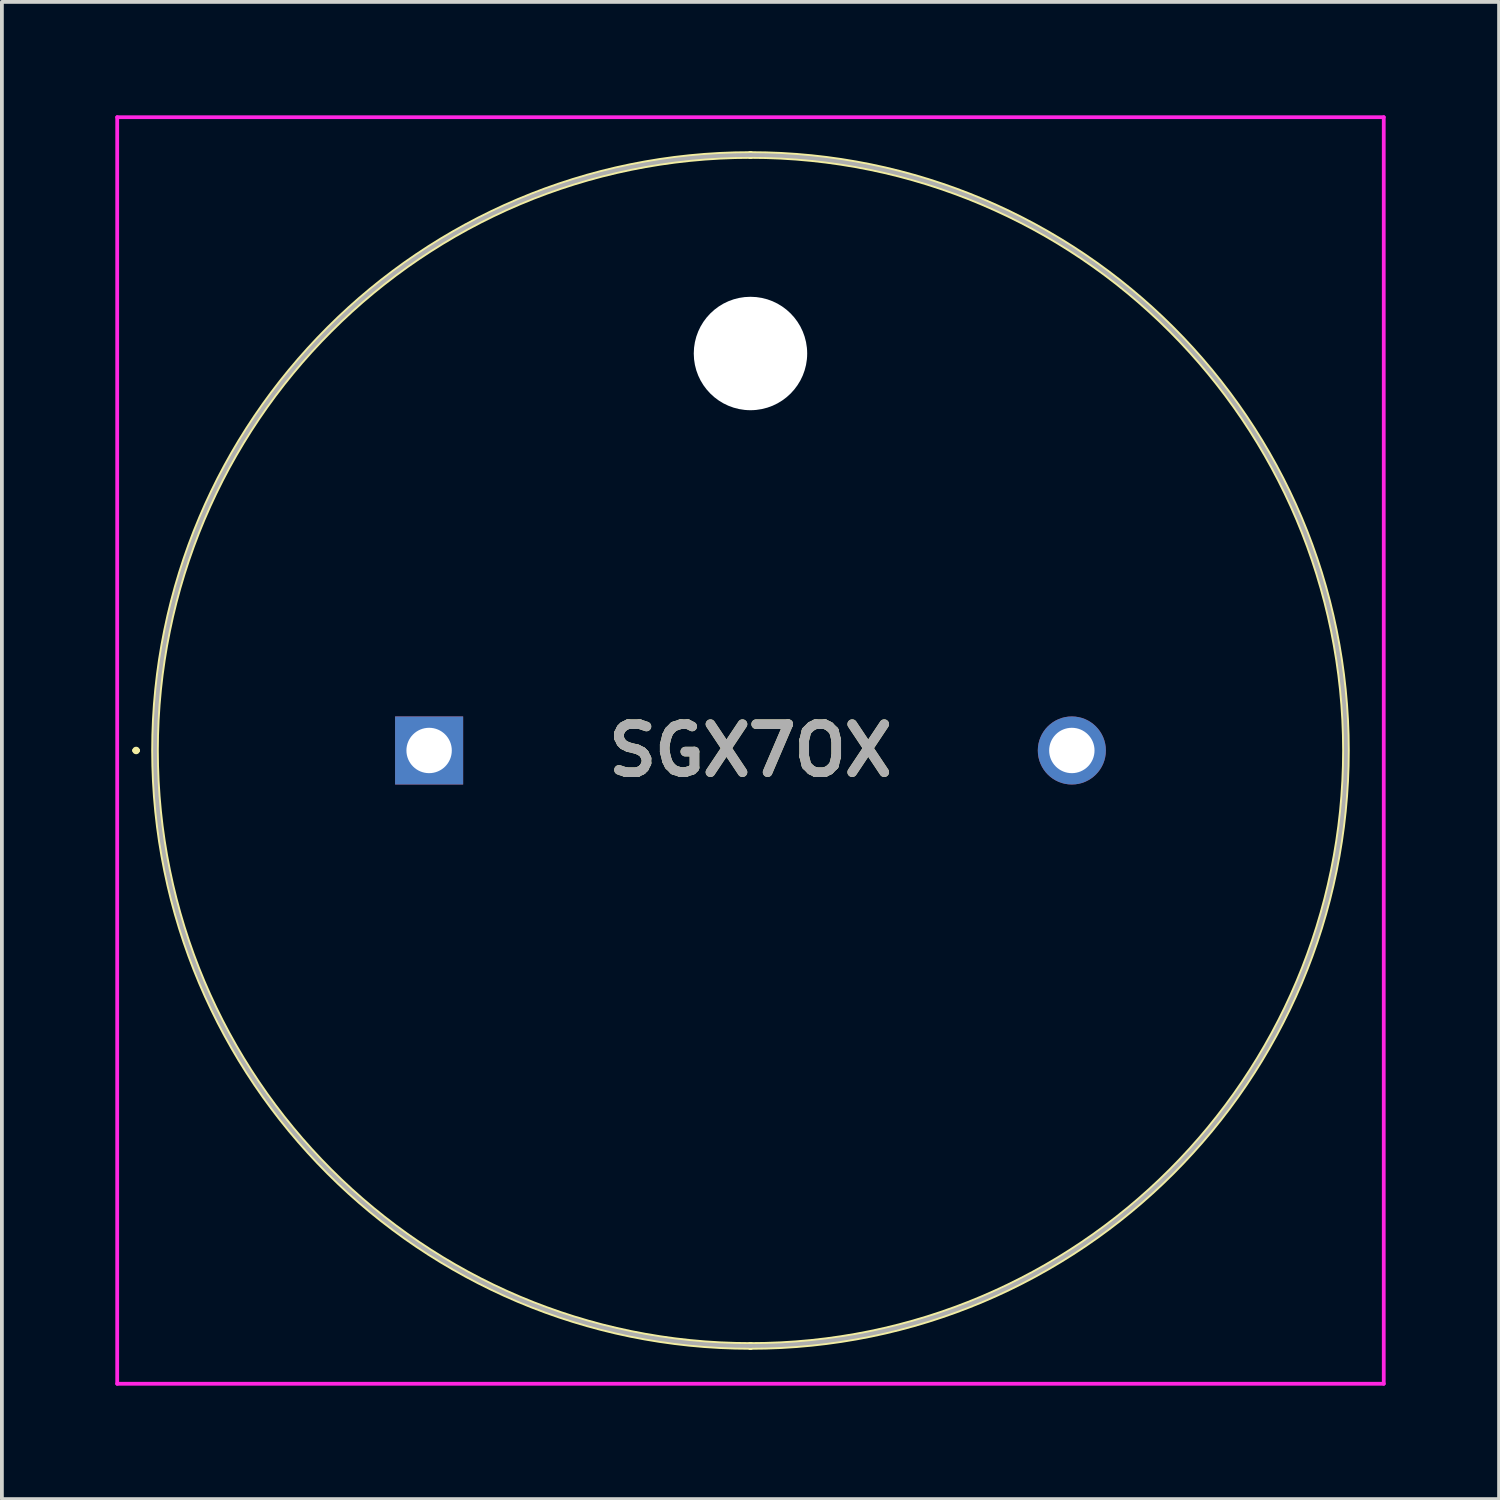
<source format=kicad_pcb>
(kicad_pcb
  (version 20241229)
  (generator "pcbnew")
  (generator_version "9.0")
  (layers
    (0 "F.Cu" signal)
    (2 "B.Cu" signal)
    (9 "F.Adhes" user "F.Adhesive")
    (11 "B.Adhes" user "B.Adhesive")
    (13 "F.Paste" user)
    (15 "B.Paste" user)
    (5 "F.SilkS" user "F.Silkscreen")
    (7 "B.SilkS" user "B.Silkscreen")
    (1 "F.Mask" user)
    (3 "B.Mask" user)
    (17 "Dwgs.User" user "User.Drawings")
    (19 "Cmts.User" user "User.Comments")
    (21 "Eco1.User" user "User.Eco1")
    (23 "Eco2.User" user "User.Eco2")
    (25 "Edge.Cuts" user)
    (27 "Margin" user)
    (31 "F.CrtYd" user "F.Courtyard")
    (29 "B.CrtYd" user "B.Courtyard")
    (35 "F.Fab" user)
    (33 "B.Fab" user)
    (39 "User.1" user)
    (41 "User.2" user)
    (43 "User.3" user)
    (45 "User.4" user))
  (footprint "SGX7OX"
    (layer "F.Cu")
    (at 8.3 16.8)
    (property "Reference" "SGX7OX" (at 8.5 0 0) (layer "F.SilkS") (effects (font (size 1.27 1.27) (thickness 0.254))))
    (attr through_hole)
    (fp_line (start -7.8 0) (end -7.8 0) (stroke (width 0.1) (type solid)) (layer "F.SilkS"))
    (fp_line (start -7.7 0) (end -7.7 0) (stroke (width 0.1) (type solid)) (layer "F.SilkS"))
    (fp_line (start 8.5 -15.75) (end 8.5 -15.75) (stroke (width 0.2) (type solid)) (layer "F.SilkS"))
    (fp_line (start 8.5 15.75) (end 8.5 15.75) (stroke (width 0.2) (type solid)) (layer "F.SilkS"))
    (fp_arc (start -7.8 0) (mid -7.75 -0.05) (end -7.7 0) (stroke (width 0.1) (type solid)) (layer "F.SilkS"))
    (fp_arc (start -7.7 0) (mid -7.75 0.05) (end -7.8 0) (stroke (width 0.1) (type solid)) (layer "F.SilkS"))
    (fp_arc (start 8.5 -15.75) (mid 24.25 0) (end 8.5 15.75) (stroke (width 0.2) (type solid)) (layer "F.SilkS"))
    (fp_arc (start 8.5 15.75) (mid -7.25 0) (end 8.5 -15.75) (stroke (width 0.2) (type solid)) (layer "F.SilkS"))
    (fp_line (start -8.25 -16.75) (end 25.25 -16.75) (stroke (width 0.1) (type solid)) (layer "F.CrtYd"))
    (fp_line (start -8.25 16.75) (end -8.25 -16.75) (stroke (width 0.1) (type solid)) (layer "F.CrtYd"))
    (fp_line (start 25.25 -16.75) (end 25.25 16.75) (stroke (width 0.1) (type solid)) (layer "F.CrtYd"))
    (fp_line (start 25.25 16.75) (end -8.25 16.75) (stroke (width 0.1) (type solid)) (layer "F.CrtYd"))
    (fp_line (start 8.5 -15.75) (end 8.5 -15.75) (stroke (width 0.1) (type solid)) (layer "F.Fab"))
    (fp_line (start 8.5 15.75) (end 8.5 15.75) (stroke (width 0.1) (type solid)) (layer "F.Fab"))
    (fp_arc (start 8.5 -15.75) (mid 24.25 0) (end 8.5 15.75) (stroke (width 0.1) (type solid)) (layer "F.Fab"))
    (fp_arc (start 8.5 15.75) (mid -7.25 0) (end 8.5 -15.75) (stroke (width 0.1) (type solid)) (layer "F.Fab"))
    (fp_text user "${REFERENCE}" (at 8.5 0 0) (layer "F.Fab") (effects (font (size 1.27 1.27) (thickness 0.254))))
    (pad "" np_thru_hole circle (at 8.5 -10.5) (size 3 3) (drill 3) (layers "*.Cu" "*.Mask"))
    (pad "1" thru_hole rect (at 0 0) (size 1.8 1.8) (drill 1.2) (layers "*.Cu" "*.Mask"))
    (pad "2" thru_hole circle (at 17 0) (size 1.8 1.8) (drill 1.2) (layers "*.Cu" "*.Mask")))
  (gr_rect
    (start -3 -3)
    (end 36.6 36.6)
    (stroke (width 0.1) (type default))
    (fill no)
    (layer "Edge.Cuts")))
</source>
